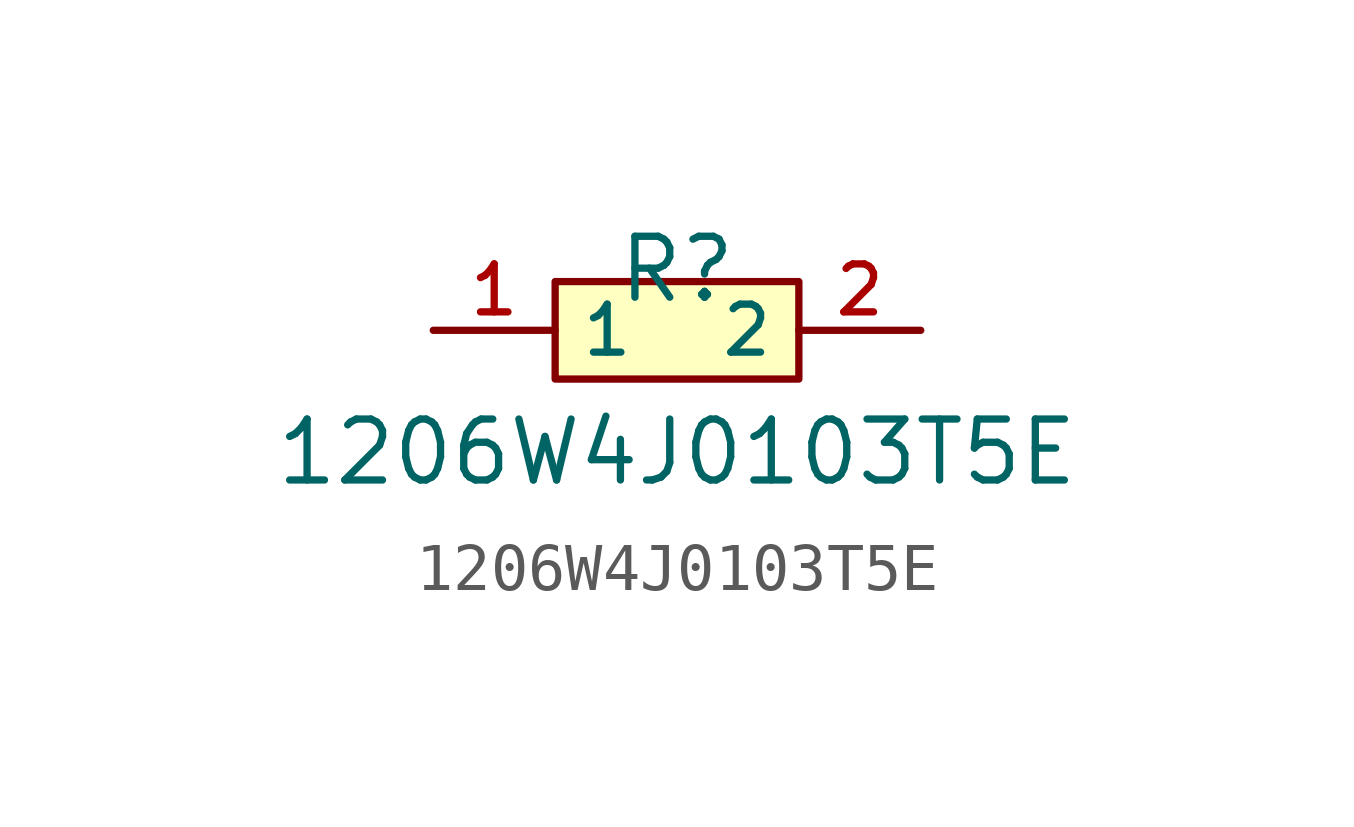
<source format=kicad_sym>
(kicad_symbol_lib
  (version 20210201)
  (generator TousstNicolas/JLC2KiCad_lib)
  (symbol "1206W4J0103T5E"
    (property "Reference" "R"
      (at 0 1.27 0)
      (effects (font (size 1.27 1.27))))
    (property "Value" "1206W4J0103T5E"
      (at 0 -2.54 0)
      (effects (font (size 1.27 1.27))))
    (symbol "1206W4J0103T5E_0_1"
      (pin input line (at 5.08 -0.0 180) (length 2.54) (name "2" (effects (font (size 1 1)))) (number "2" (effects (font (size 1 1)))))
      (pin input line (at -5.08 -0.0 0) (length 2.54) (name "1" (effects (font (size 1 1)))) (number "1" (effects (font (size 1 1)))))
      (rectangle (start -2.54 1.016) (end 2.54 -1.016) (stroke (width 0) (type default) (color 0 0 0 0)) (fill (type background))))))
</source>
